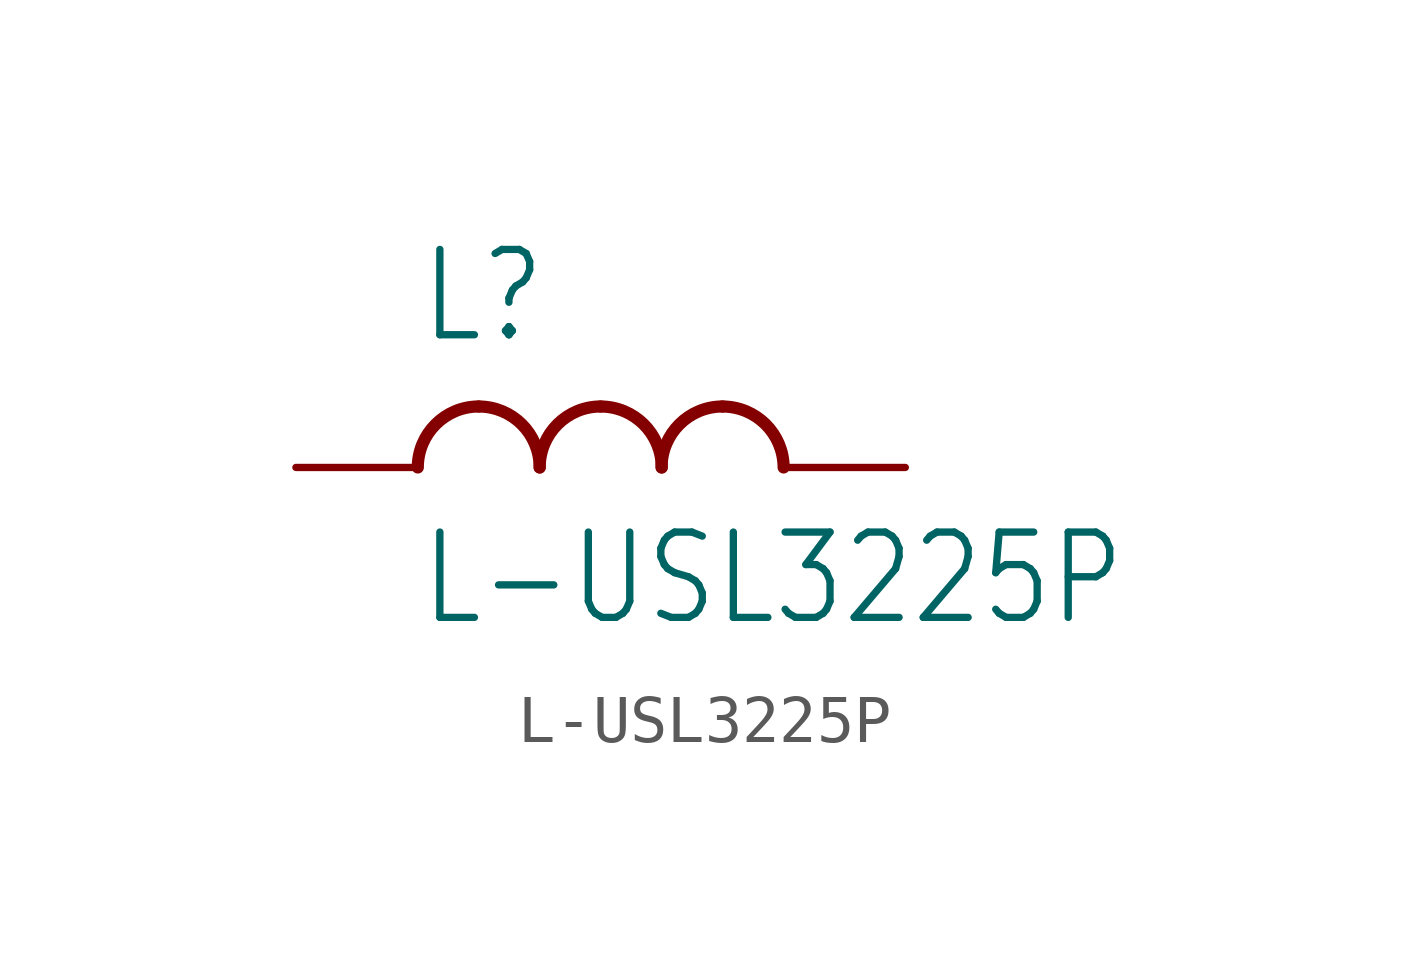
<source format=kicad_sym>
(kicad_symbol_lib
  (version 20211014)
  (generator kicad_symbol_editor)
  (symbol "L-USL3225P"
    (property "Reference" "L"
      (at -5.08 2.54 0)
      (effects (font (size 1.778 1.511)) (justify left bottom)))
    (property "Value" "L-USL3225P"
      (at -5.08 -1.27 0)
      (effects (font (size 1.778 1.511)) (justify left top)))
    (property "ki_locked" ""
      (at 0 0 0)
      (effects (font (size 1.27 1.27))))
    (symbol "L-USL3225P_1_0"
      (arc (start -3.81 1.27) (mid -4.708 0.898) (end -5.08 0) (stroke (width 0.254) (type default) (color 0 0 0 0)) (fill (type none)))
      (arc (start -2.54 0) (mid -2.912 0.898) (end -3.81 1.27) (stroke (width 0.254) (type default) (color 0 0 0 0)) (fill (type none)))
      (arc (start -1.27 1.27) (mid -2.168 0.898) (end -2.54 0) (stroke (width 0.254) (type default) (color 0 0 0 0)) (fill (type none)))
      (arc (start 0 0) (mid -0.372 0.898) (end -1.27 1.27) (stroke (width 0.254) (type default) (color 0 0 0 0)) (fill (type none)))
      (arc (start 1.27 1.27) (mid 0.372 0.898) (end 0 0) (stroke (width 0.254) (type default) (color 0 0 0 0)) (fill (type none)))
      (arc (start 2.54 0) (mid 2.168 0.898) (end 1.27 1.27) (stroke (width 0.254) (type default) (color 0 0 0 0)) (fill (type none)))
      (pin passive line (at -7.62 0 0) (length 2.54) (name "1" (effects (font (size 0 0)))) (number "1" (effects (font (size 0 0)))))
      (pin passive line (at 5.08 0 180) (length 2.54) (name "2" (effects (font (size 0 0)))) (number "2" (effects (font (size 0 0))))))))
</source>
